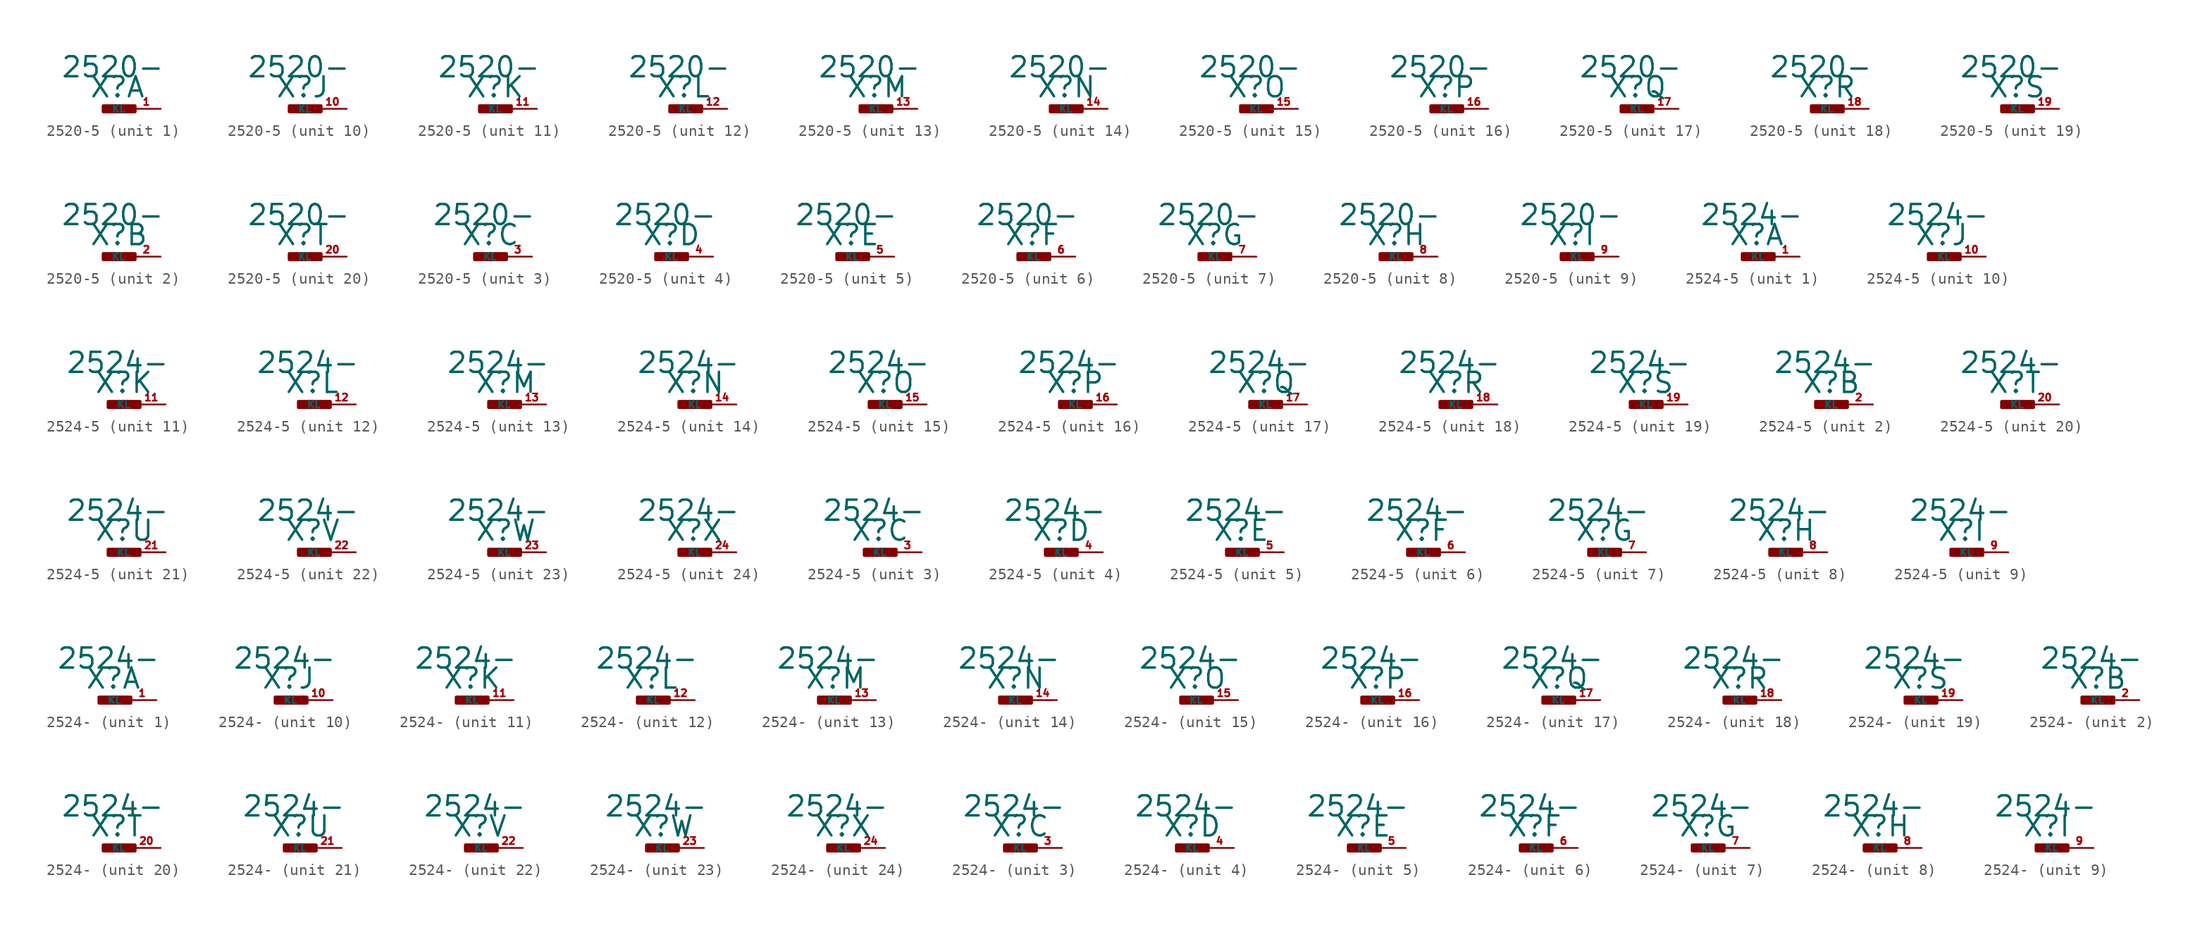
<source format=kicad_sym>
(kicad_symbol_lib
  (version 20220914)
  (generator Eagle2Kicad)
  (symbol "2520-5"
    (property "Reference" "X"
      (at -1.27 0.889 0)
      (effects (font (size 1.778 1.778) (thickness 0.22)) (justify left bottom)))
    (property "Value" "2520-"
      (at -3.81 2.667 0)
      (effects (font (size 1.778 1.778) (thickness 0.22)) (justify left bottom)))
    (symbol "2520-5_1_0"
      (rectangle (start 0 -0.254) (end 2.794 0.254) (stroke (width 0.3) (type default)) (fill (type outline)))
      (pin passive line (at 5.08 0 180) (length 2.54) (name "KL" (effects (font (size 0.635 0.635) (thickness 0.08)) (justify left bottom))) (number "1" (effects (font (size 0.635 0.635) (thickness 0.08)) (justify left bottom)))))
    (symbol "2520-5_2_0"
      (rectangle (start 0 -0.254) (end 2.794 0.254) (stroke (width 0.3) (type default)) (fill (type outline)))
      (pin passive line (at 5.08 0 180) (length 2.54) (name "KL" (effects (font (size 0.635 0.635) (thickness 0.08)) (justify left bottom))) (number "2" (effects (font (size 0.635 0.635) (thickness 0.08)) (justify left bottom)))))
    (symbol "2520-5_3_0"
      (rectangle (start 0 -0.254) (end 2.794 0.254) (stroke (width 0.3) (type default)) (fill (type outline)))
      (pin passive line (at 5.08 0 180) (length 2.54) (name "KL" (effects (font (size 0.635 0.635) (thickness 0.08)) (justify left bottom))) (number "3" (effects (font (size 0.635 0.635) (thickness 0.08)) (justify left bottom)))))
    (symbol "2520-5_4_0"
      (rectangle (start 0 -0.254) (end 2.794 0.254) (stroke (width 0.3) (type default)) (fill (type outline)))
      (pin passive line (at 5.08 0 180) (length 2.54) (name "KL" (effects (font (size 0.635 0.635) (thickness 0.08)) (justify left bottom))) (number "4" (effects (font (size 0.635 0.635) (thickness 0.08)) (justify left bottom)))))
    (symbol "2520-5_5_0"
      (rectangle (start 0 -0.254) (end 2.794 0.254) (stroke (width 0.3) (type default)) (fill (type outline)))
      (pin passive line (at 5.08 0 180) (length 2.54) (name "KL" (effects (font (size 0.635 0.635) (thickness 0.08)) (justify left bottom))) (number "5" (effects (font (size 0.635 0.635) (thickness 0.08)) (justify left bottom)))))
    (symbol "2520-5_6_0"
      (rectangle (start 0 -0.254) (end 2.794 0.254) (stroke (width 0.3) (type default)) (fill (type outline)))
      (pin passive line (at 5.08 0 180) (length 2.54) (name "KL" (effects (font (size 0.635 0.635) (thickness 0.08)) (justify left bottom))) (number "6" (effects (font (size 0.635 0.635) (thickness 0.08)) (justify left bottom)))))
    (symbol "2520-5_7_0"
      (rectangle (start 0 -0.254) (end 2.794 0.254) (stroke (width 0.3) (type default)) (fill (type outline)))
      (pin passive line (at 5.08 0 180) (length 2.54) (name "KL" (effects (font (size 0.635 0.635) (thickness 0.08)) (justify left bottom))) (number "7" (effects (font (size 0.635 0.635) (thickness 0.08)) (justify left bottom)))))
    (symbol "2520-5_8_0"
      (rectangle (start 0 -0.254) (end 2.794 0.254) (stroke (width 0.3) (type default)) (fill (type outline)))
      (pin passive line (at 5.08 0 180) (length 2.54) (name "KL" (effects (font (size 0.635 0.635) (thickness 0.08)) (justify left bottom))) (number "8" (effects (font (size 0.635 0.635) (thickness 0.08)) (justify left bottom)))))
    (symbol "2520-5_9_0"
      (rectangle (start 0 -0.254) (end 2.794 0.254) (stroke (width 0.3) (type default)) (fill (type outline)))
      (pin passive line (at 5.08 0 180) (length 2.54) (name "KL" (effects (font (size 0.635 0.635) (thickness 0.08)) (justify left bottom))) (number "9" (effects (font (size 0.635 0.635) (thickness 0.08)) (justify left bottom)))))
    (symbol "2520-5_10_0"
      (rectangle (start 0 -0.254) (end 2.794 0.254) (stroke (width 0.3) (type default)) (fill (type outline)))
      (pin passive line (at 5.08 0 180) (length 2.54) (name "KL" (effects (font (size 0.635 0.635) (thickness 0.08)) (justify left bottom))) (number "10" (effects (font (size 0.635 0.635) (thickness 0.08)) (justify left bottom)))))
    (symbol "2520-5_11_0"
      (rectangle (start 0 -0.254) (end 2.794 0.254) (stroke (width 0.3) (type default)) (fill (type outline)))
      (pin passive line (at 5.08 0 180) (length 2.54) (name "KL" (effects (font (size 0.635 0.635) (thickness 0.08)) (justify left bottom))) (number "11" (effects (font (size 0.635 0.635) (thickness 0.08)) (justify left bottom)))))
    (symbol "2520-5_12_0"
      (rectangle (start 0 -0.254) (end 2.794 0.254) (stroke (width 0.3) (type default)) (fill (type outline)))
      (pin passive line (at 5.08 0 180) (length 2.54) (name "KL" (effects (font (size 0.635 0.635) (thickness 0.08)) (justify left bottom))) (number "12" (effects (font (size 0.635 0.635) (thickness 0.08)) (justify left bottom)))))
    (symbol "2520-5_13_0"
      (rectangle (start 0 -0.254) (end 2.794 0.254) (stroke (width 0.3) (type default)) (fill (type outline)))
      (pin passive line (at 5.08 0 180) (length 2.54) (name "KL" (effects (font (size 0.635 0.635) (thickness 0.08)) (justify left bottom))) (number "13" (effects (font (size 0.635 0.635) (thickness 0.08)) (justify left bottom)))))
    (symbol "2520-5_14_0"
      (rectangle (start 0 -0.254) (end 2.794 0.254) (stroke (width 0.3) (type default)) (fill (type outline)))
      (pin passive line (at 5.08 0 180) (length 2.54) (name "KL" (effects (font (size 0.635 0.635) (thickness 0.08)) (justify left bottom))) (number "14" (effects (font (size 0.635 0.635) (thickness 0.08)) (justify left bottom)))))
    (symbol "2520-5_15_0"
      (rectangle (start 0 -0.254) (end 2.794 0.254) (stroke (width 0.3) (type default)) (fill (type outline)))
      (pin passive line (at 5.08 0 180) (length 2.54) (name "KL" (effects (font (size 0.635 0.635) (thickness 0.08)) (justify left bottom))) (number "15" (effects (font (size 0.635 0.635) (thickness 0.08)) (justify left bottom)))))
    (symbol "2520-5_16_0"
      (rectangle (start 0 -0.254) (end 2.794 0.254) (stroke (width 0.3) (type default)) (fill (type outline)))
      (pin passive line (at 5.08 0 180) (length 2.54) (name "KL" (effects (font (size 0.635 0.635) (thickness 0.08)) (justify left bottom))) (number "16" (effects (font (size 0.635 0.635) (thickness 0.08)) (justify left bottom)))))
    (symbol "2520-5_17_0"
      (rectangle (start 0 -0.254) (end 2.794 0.254) (stroke (width 0.3) (type default)) (fill (type outline)))
      (pin passive line (at 5.08 0 180) (length 2.54) (name "KL" (effects (font (size 0.635 0.635) (thickness 0.08)) (justify left bottom))) (number "17" (effects (font (size 0.635 0.635) (thickness 0.08)) (justify left bottom)))))
    (symbol "2520-5_18_0"
      (rectangle (start 0 -0.254) (end 2.794 0.254) (stroke (width 0.3) (type default)) (fill (type outline)))
      (pin passive line (at 5.08 0 180) (length 2.54) (name "KL" (effects (font (size 0.635 0.635) (thickness 0.08)) (justify left bottom))) (number "18" (effects (font (size 0.635 0.635) (thickness 0.08)) (justify left bottom)))))
    (symbol "2520-5_19_0"
      (rectangle (start 0 -0.254) (end 2.794 0.254) (stroke (width 0.3) (type default)) (fill (type outline)))
      (pin passive line (at 5.08 0 180) (length 2.54) (name "KL" (effects (font (size 0.635 0.635) (thickness 0.08)) (justify left bottom))) (number "19" (effects (font (size 0.635 0.635) (thickness 0.08)) (justify left bottom)))))
    (symbol "2520-5_20_0"
      (rectangle (start 0 -0.254) (end 2.794 0.254) (stroke (width 0.3) (type default)) (fill (type outline)))
      (pin passive line (at 5.08 0 180) (length 2.54) (name "KL" (effects (font (size 0.635 0.635) (thickness 0.08)) (justify left bottom))) (number "20" (effects (font (size 0.635 0.635) (thickness 0.08)) (justify left bottom))))))
  (symbol "2524-5"
    (property "Reference" "X"
      (at -1.27 0.889 0)
      (effects (font (size 1.778 1.778) (thickness 0.22)) (justify left bottom)))
    (property "Value" "2524-"
      (at -3.81 2.667 0)
      (effects (font (size 1.778 1.778) (thickness 0.22)) (justify left bottom)))
    (symbol "2524-5_1_0"
      (rectangle (start 0 -0.254) (end 2.794 0.254) (stroke (width 0.3) (type default)) (fill (type outline)))
      (pin passive line (at 5.08 0 180) (length 2.54) (name "KL" (effects (font (size 0.635 0.635) (thickness 0.08)) (justify left bottom))) (number "1" (effects (font (size 0.635 0.635) (thickness 0.08)) (justify left bottom)))))
    (symbol "2524-5_2_0"
      (rectangle (start 0 -0.254) (end 2.794 0.254) (stroke (width 0.3) (type default)) (fill (type outline)))
      (pin passive line (at 5.08 0 180) (length 2.54) (name "KL" (effects (font (size 0.635 0.635) (thickness 0.08)) (justify left bottom))) (number "2" (effects (font (size 0.635 0.635) (thickness 0.08)) (justify left bottom)))))
    (symbol "2524-5_3_0"
      (rectangle (start 0 -0.254) (end 2.794 0.254) (stroke (width 0.3) (type default)) (fill (type outline)))
      (pin passive line (at 5.08 0 180) (length 2.54) (name "KL" (effects (font (size 0.635 0.635) (thickness 0.08)) (justify left bottom))) (number "3" (effects (font (size 0.635 0.635) (thickness 0.08)) (justify left bottom)))))
    (symbol "2524-5_4_0"
      (rectangle (start 0 -0.254) (end 2.794 0.254) (stroke (width 0.3) (type default)) (fill (type outline)))
      (pin passive line (at 5.08 0 180) (length 2.54) (name "KL" (effects (font (size 0.635 0.635) (thickness 0.08)) (justify left bottom))) (number "4" (effects (font (size 0.635 0.635) (thickness 0.08)) (justify left bottom)))))
    (symbol "2524-5_5_0"
      (rectangle (start 0 -0.254) (end 2.794 0.254) (stroke (width 0.3) (type default)) (fill (type outline)))
      (pin passive line (at 5.08 0 180) (length 2.54) (name "KL" (effects (font (size 0.635 0.635) (thickness 0.08)) (justify left bottom))) (number "5" (effects (font (size 0.635 0.635) (thickness 0.08)) (justify left bottom)))))
    (symbol "2524-5_6_0"
      (rectangle (start 0 -0.254) (end 2.794 0.254) (stroke (width 0.3) (type default)) (fill (type outline)))
      (pin passive line (at 5.08 0 180) (length 2.54) (name "KL" (effects (font (size 0.635 0.635) (thickness 0.08)) (justify left bottom))) (number "6" (effects (font (size 0.635 0.635) (thickness 0.08)) (justify left bottom)))))
    (symbol "2524-5_7_0"
      (rectangle (start 0 -0.254) (end 2.794 0.254) (stroke (width 0.3) (type default)) (fill (type outline)))
      (pin passive line (at 5.08 0 180) (length 2.54) (name "KL" (effects (font (size 0.635 0.635) (thickness 0.08)) (justify left bottom))) (number "7" (effects (font (size 0.635 0.635) (thickness 0.08)) (justify left bottom)))))
    (symbol "2524-5_8_0"
      (rectangle (start 0 -0.254) (end 2.794 0.254) (stroke (width 0.3) (type default)) (fill (type outline)))
      (pin passive line (at 5.08 0 180) (length 2.54) (name "KL" (effects (font (size 0.635 0.635) (thickness 0.08)) (justify left bottom))) (number "8" (effects (font (size 0.635 0.635) (thickness 0.08)) (justify left bottom)))))
    (symbol "2524-5_9_0"
      (rectangle (start 0 -0.254) (end 2.794 0.254) (stroke (width 0.3) (type default)) (fill (type outline)))
      (pin passive line (at 5.08 0 180) (length 2.54) (name "KL" (effects (font (size 0.635 0.635) (thickness 0.08)) (justify left bottom))) (number "9" (effects (font (size 0.635 0.635) (thickness 0.08)) (justify left bottom)))))
    (symbol "2524-5_10_0"
      (rectangle (start 0 -0.254) (end 2.794 0.254) (stroke (width 0.3) (type default)) (fill (type outline)))
      (pin passive line (at 5.08 0 180) (length 2.54) (name "KL" (effects (font (size 0.635 0.635) (thickness 0.08)) (justify left bottom))) (number "10" (effects (font (size 0.635 0.635) (thickness 0.08)) (justify left bottom)))))
    (symbol "2524-5_11_0"
      (rectangle (start 0 -0.254) (end 2.794 0.254) (stroke (width 0.3) (type default)) (fill (type outline)))
      (pin passive line (at 5.08 0 180) (length 2.54) (name "KL" (effects (font (size 0.635 0.635) (thickness 0.08)) (justify left bottom))) (number "11" (effects (font (size 0.635 0.635) (thickness 0.08)) (justify left bottom)))))
    (symbol "2524-5_12_0"
      (rectangle (start 0 -0.254) (end 2.794 0.254) (stroke (width 0.3) (type default)) (fill (type outline)))
      (pin passive line (at 5.08 0 180) (length 2.54) (name "KL" (effects (font (size 0.635 0.635) (thickness 0.08)) (justify left bottom))) (number "12" (effects (font (size 0.635 0.635) (thickness 0.08)) (justify left bottom)))))
    (symbol "2524-5_13_0"
      (rectangle (start 0 -0.254) (end 2.794 0.254) (stroke (width 0.3) (type default)) (fill (type outline)))
      (pin passive line (at 5.08 0 180) (length 2.54) (name "KL" (effects (font (size 0.635 0.635) (thickness 0.08)) (justify left bottom))) (number "13" (effects (font (size 0.635 0.635) (thickness 0.08)) (justify left bottom)))))
    (symbol "2524-5_14_0"
      (rectangle (start 0 -0.254) (end 2.794 0.254) (stroke (width 0.3) (type default)) (fill (type outline)))
      (pin passive line (at 5.08 0 180) (length 2.54) (name "KL" (effects (font (size 0.635 0.635) (thickness 0.08)) (justify left bottom))) (number "14" (effects (font (size 0.635 0.635) (thickness 0.08)) (justify left bottom)))))
    (symbol "2524-5_15_0"
      (rectangle (start 0 -0.254) (end 2.794 0.254) (stroke (width 0.3) (type default)) (fill (type outline)))
      (pin passive line (at 5.08 0 180) (length 2.54) (name "KL" (effects (font (size 0.635 0.635) (thickness 0.08)) (justify left bottom))) (number "15" (effects (font (size 0.635 0.635) (thickness 0.08)) (justify left bottom)))))
    (symbol "2524-5_16_0"
      (rectangle (start 0 -0.254) (end 2.794 0.254) (stroke (width 0.3) (type default)) (fill (type outline)))
      (pin passive line (at 5.08 0 180) (length 2.54) (name "KL" (effects (font (size 0.635 0.635) (thickness 0.08)) (justify left bottom))) (number "16" (effects (font (size 0.635 0.635) (thickness 0.08)) (justify left bottom)))))
    (symbol "2524-5_17_0"
      (rectangle (start 0 -0.254) (end 2.794 0.254) (stroke (width 0.3) (type default)) (fill (type outline)))
      (pin passive line (at 5.08 0 180) (length 2.54) (name "KL" (effects (font (size 0.635 0.635) (thickness 0.08)) (justify left bottom))) (number "17" (effects (font (size 0.635 0.635) (thickness 0.08)) (justify left bottom)))))
    (symbol "2524-5_18_0"
      (rectangle (start 0 -0.254) (end 2.794 0.254) (stroke (width 0.3) (type default)) (fill (type outline)))
      (pin passive line (at 5.08 0 180) (length 2.54) (name "KL" (effects (font (size 0.635 0.635) (thickness 0.08)) (justify left bottom))) (number "18" (effects (font (size 0.635 0.635) (thickness 0.08)) (justify left bottom)))))
    (symbol "2524-5_19_0"
      (rectangle (start 0 -0.254) (end 2.794 0.254) (stroke (width 0.3) (type default)) (fill (type outline)))
      (pin passive line (at 5.08 0 180) (length 2.54) (name "KL" (effects (font (size 0.635 0.635) (thickness 0.08)) (justify left bottom))) (number "19" (effects (font (size 0.635 0.635) (thickness 0.08)) (justify left bottom)))))
    (symbol "2524-5_20_0"
      (rectangle (start 0 -0.254) (end 2.794 0.254) (stroke (width 0.3) (type default)) (fill (type outline)))
      (pin passive line (at 5.08 0 180) (length 2.54) (name "KL" (effects (font (size 0.635 0.635) (thickness 0.08)) (justify left bottom))) (number "20" (effects (font (size 0.635 0.635) (thickness 0.08)) (justify left bottom)))))
    (symbol "2524-5_21_0"
      (rectangle (start 0 -0.254) (end 2.794 0.254) (stroke (width 0.3) (type default)) (fill (type outline)))
      (pin passive line (at 5.08 0 180) (length 2.54) (name "KL" (effects (font (size 0.635 0.635) (thickness 0.08)) (justify left bottom))) (number "21" (effects (font (size 0.635 0.635) (thickness 0.08)) (justify left bottom)))))
    (symbol "2524-5_22_0"
      (rectangle (start 0 -0.254) (end 2.794 0.254) (stroke (width 0.3) (type default)) (fill (type outline)))
      (pin passive line (at 5.08 0 180) (length 2.54) (name "KL" (effects (font (size 0.635 0.635) (thickness 0.08)) (justify left bottom))) (number "22" (effects (font (size 0.635 0.635) (thickness 0.08)) (justify left bottom)))))
    (symbol "2524-5_23_0"
      (rectangle (start 0 -0.254) (end 2.794 0.254) (stroke (width 0.3) (type default)) (fill (type outline)))
      (pin passive line (at 5.08 0 180) (length 2.54) (name "KL" (effects (font (size 0.635 0.635) (thickness 0.08)) (justify left bottom))) (number "23" (effects (font (size 0.635 0.635) (thickness 0.08)) (justify left bottom)))))
    (symbol "2524-5_24_0"
      (rectangle (start 0 -0.254) (end 2.794 0.254) (stroke (width 0.3) (type default)) (fill (type outline)))
      (pin passive line (at 5.08 0 180) (length 2.54) (name "KL" (effects (font (size 0.635 0.635) (thickness 0.08)) (justify left bottom))) (number "24" (effects (font (size 0.635 0.635) (thickness 0.08)) (justify left bottom))))))
  (symbol "2524-"
    (property "Reference" "X"
      (at -1.27 0.889 0)
      (effects (font (size 1.778 1.778) (thickness 0.22)) (justify left bottom)))
    (property "Value" "2524-"
      (at -3.81 2.667 0)
      (effects (font (size 1.778 1.778) (thickness 0.22)) (justify left bottom)))
    (symbol "2524-_1_0"
      (rectangle (start 0 -0.254) (end 2.794 0.254) (stroke (width 0.3) (type default)) (fill (type outline)))
      (pin passive line (at 5.08 0 180) (length 2.54) (name "KL" (effects (font (size 0.635 0.635) (thickness 0.08)) (justify left bottom))) (number "1" (effects (font (size 0.635 0.635) (thickness 0.08)) (justify left bottom)))))
    (symbol "2524-_2_0"
      (rectangle (start 0 -0.254) (end 2.794 0.254) (stroke (width 0.3) (type default)) (fill (type outline)))
      (pin passive line (at 5.08 0 180) (length 2.54) (name "KL" (effects (font (size 0.635 0.635) (thickness 0.08)) (justify left bottom))) (number "2" (effects (font (size 0.635 0.635) (thickness 0.08)) (justify left bottom)))))
    (symbol "2524-_3_0"
      (rectangle (start 0 -0.254) (end 2.794 0.254) (stroke (width 0.3) (type default)) (fill (type outline)))
      (pin passive line (at 5.08 0 180) (length 2.54) (name "KL" (effects (font (size 0.635 0.635) (thickness 0.08)) (justify left bottom))) (number "3" (effects (font (size 0.635 0.635) (thickness 0.08)) (justify left bottom)))))
    (symbol "2524-_4_0"
      (rectangle (start 0 -0.254) (end 2.794 0.254) (stroke (width 0.3) (type default)) (fill (type outline)))
      (pin passive line (at 5.08 0 180) (length 2.54) (name "KL" (effects (font (size 0.635 0.635) (thickness 0.08)) (justify left bottom))) (number "4" (effects (font (size 0.635 0.635) (thickness 0.08)) (justify left bottom)))))
    (symbol "2524-_5_0"
      (rectangle (start 0 -0.254) (end 2.794 0.254) (stroke (width 0.3) (type default)) (fill (type outline)))
      (pin passive line (at 5.08 0 180) (length 2.54) (name "KL" (effects (font (size 0.635 0.635) (thickness 0.08)) (justify left bottom))) (number "5" (effects (font (size 0.635 0.635) (thickness 0.08)) (justify left bottom)))))
    (symbol "2524-_6_0"
      (rectangle (start 0 -0.254) (end 2.794 0.254) (stroke (width 0.3) (type default)) (fill (type outline)))
      (pin passive line (at 5.08 0 180) (length 2.54) (name "KL" (effects (font (size 0.635 0.635) (thickness 0.08)) (justify left bottom))) (number "6" (effects (font (size 0.635 0.635) (thickness 0.08)) (justify left bottom)))))
    (symbol "2524-_7_0"
      (rectangle (start 0 -0.254) (end 2.794 0.254) (stroke (width 0.3) (type default)) (fill (type outline)))
      (pin passive line (at 5.08 0 180) (length 2.54) (name "KL" (effects (font (size 0.635 0.635) (thickness 0.08)) (justify left bottom))) (number "7" (effects (font (size 0.635 0.635) (thickness 0.08)) (justify left bottom)))))
    (symbol "2524-_8_0"
      (rectangle (start 0 -0.254) (end 2.794 0.254) (stroke (width 0.3) (type default)) (fill (type outline)))
      (pin passive line (at 5.08 0 180) (length 2.54) (name "KL" (effects (font (size 0.635 0.635) (thickness 0.08)) (justify left bottom))) (number "8" (effects (font (size 0.635 0.635) (thickness 0.08)) (justify left bottom)))))
    (symbol "2524-_9_0"
      (rectangle (start 0 -0.254) (end 2.794 0.254) (stroke (width 0.3) (type default)) (fill (type outline)))
      (pin passive line (at 5.08 0 180) (length 2.54) (name "KL" (effects (font (size 0.635 0.635) (thickness 0.08)) (justify left bottom))) (number "9" (effects (font (size 0.635 0.635) (thickness 0.08)) (justify left bottom)))))
    (symbol "2524-_10_0"
      (rectangle (start 0 -0.254) (end 2.794 0.254) (stroke (width 0.3) (type default)) (fill (type outline)))
      (pin passive line (at 5.08 0 180) (length 2.54) (name "KL" (effects (font (size 0.635 0.635) (thickness 0.08)) (justify left bottom))) (number "10" (effects (font (size 0.635 0.635) (thickness 0.08)) (justify left bottom)))))
    (symbol "2524-_11_0"
      (rectangle (start 0 -0.254) (end 2.794 0.254) (stroke (width 0.3) (type default)) (fill (type outline)))
      (pin passive line (at 5.08 0 180) (length 2.54) (name "KL" (effects (font (size 0.635 0.635) (thickness 0.08)) (justify left bottom))) (number "11" (effects (font (size 0.635 0.635) (thickness 0.08)) (justify left bottom)))))
    (symbol "2524-_12_0"
      (rectangle (start 0 -0.254) (end 2.794 0.254) (stroke (width 0.3) (type default)) (fill (type outline)))
      (pin passive line (at 5.08 0 180) (length 2.54) (name "KL" (effects (font (size 0.635 0.635) (thickness 0.08)) (justify left bottom))) (number "12" (effects (font (size 0.635 0.635) (thickness 0.08)) (justify left bottom)))))
    (symbol "2524-_13_0"
      (rectangle (start 0 -0.254) (end 2.794 0.254) (stroke (width 0.3) (type default)) (fill (type outline)))
      (pin passive line (at 5.08 0 180) (length 2.54) (name "KL" (effects (font (size 0.635 0.635) (thickness 0.08)) (justify left bottom))) (number "13" (effects (font (size 0.635 0.635) (thickness 0.08)) (justify left bottom)))))
    (symbol "2524-_14_0"
      (rectangle (start 0 -0.254) (end 2.794 0.254) (stroke (width 0.3) (type default)) (fill (type outline)))
      (pin passive line (at 5.08 0 180) (length 2.54) (name "KL" (effects (font (size 0.635 0.635) (thickness 0.08)) (justify left bottom))) (number "14" (effects (font (size 0.635 0.635) (thickness 0.08)) (justify left bottom)))))
    (symbol "2524-_15_0"
      (rectangle (start 0 -0.254) (end 2.794 0.254) (stroke (width 0.3) (type default)) (fill (type outline)))
      (pin passive line (at 5.08 0 180) (length 2.54) (name "KL" (effects (font (size 0.635 0.635) (thickness 0.08)) (justify left bottom))) (number "15" (effects (font (size 0.635 0.635) (thickness 0.08)) (justify left bottom)))))
    (symbol "2524-_16_0"
      (rectangle (start 0 -0.254) (end 2.794 0.254) (stroke (width 0.3) (type default)) (fill (type outline)))
      (pin passive line (at 5.08 0 180) (length 2.54) (name "KL" (effects (font (size 0.635 0.635) (thickness 0.08)) (justify left bottom))) (number "16" (effects (font (size 0.635 0.635) (thickness 0.08)) (justify left bottom)))))
    (symbol "2524-_17_0"
      (rectangle (start 0 -0.254) (end 2.794 0.254) (stroke (width 0.3) (type default)) (fill (type outline)))
      (pin passive line (at 5.08 0 180) (length 2.54) (name "KL" (effects (font (size 0.635 0.635) (thickness 0.08)) (justify left bottom))) (number "17" (effects (font (size 0.635 0.635) (thickness 0.08)) (justify left bottom)))))
    (symbol "2524-_18_0"
      (rectangle (start 0 -0.254) (end 2.794 0.254) (stroke (width 0.3) (type default)) (fill (type outline)))
      (pin passive line (at 5.08 0 180) (length 2.54) (name "KL" (effects (font (size 0.635 0.635) (thickness 0.08)) (justify left bottom))) (number "18" (effects (font (size 0.635 0.635) (thickness 0.08)) (justify left bottom)))))
    (symbol "2524-_19_0"
      (rectangle (start 0 -0.254) (end 2.794 0.254) (stroke (width 0.3) (type default)) (fill (type outline)))
      (pin passive line (at 5.08 0 180) (length 2.54) (name "KL" (effects (font (size 0.635 0.635) (thickness 0.08)) (justify left bottom))) (number "19" (effects (font (size 0.635 0.635) (thickness 0.08)) (justify left bottom)))))
    (symbol "2524-_20_0"
      (rectangle (start 0 -0.254) (end 2.794 0.254) (stroke (width 0.3) (type default)) (fill (type outline)))
      (pin passive line (at 5.08 0 180) (length 2.54) (name "KL" (effects (font (size 0.635 0.635) (thickness 0.08)) (justify left bottom))) (number "20" (effects (font (size 0.635 0.635) (thickness 0.08)) (justify left bottom)))))
    (symbol "2524-_21_0"
      (rectangle (start 0 -0.254) (end 2.794 0.254) (stroke (width 0.3) (type default)) (fill (type outline)))
      (pin passive line (at 5.08 0 180) (length 2.54) (name "KL" (effects (font (size 0.635 0.635) (thickness 0.08)) (justify left bottom))) (number "21" (effects (font (size 0.635 0.635) (thickness 0.08)) (justify left bottom)))))
    (symbol "2524-_22_0"
      (rectangle (start 0 -0.254) (end 2.794 0.254) (stroke (width 0.3) (type default)) (fill (type outline)))
      (pin passive line (at 5.08 0 180) (length 2.54) (name "KL" (effects (font (size 0.635 0.635) (thickness 0.08)) (justify left bottom))) (number "22" (effects (font (size 0.635 0.635) (thickness 0.08)) (justify left bottom)))))
    (symbol "2524-_23_0"
      (rectangle (start 0 -0.254) (end 2.794 0.254) (stroke (width 0.3) (type default)) (fill (type outline)))
      (pin passive line (at 5.08 0 180) (length 2.54) (name "KL" (effects (font (size 0.635 0.635) (thickness 0.08)) (justify left bottom))) (number "23" (effects (font (size 0.635 0.635) (thickness 0.08)) (justify left bottom)))))
    (symbol "2524-_24_0"
      (rectangle (start 0 -0.254) (end 2.794 0.254) (stroke (width 0.3) (type default)) (fill (type outline)))
      (pin passive line (at 5.08 0 180) (length 2.54) (name "KL" (effects (font (size 0.635 0.635) (thickness 0.08)) (justify left bottom))) (number "24" (effects (font (size 0.635 0.635) (thickness 0.08)) (justify left bottom)))))))
</source>
